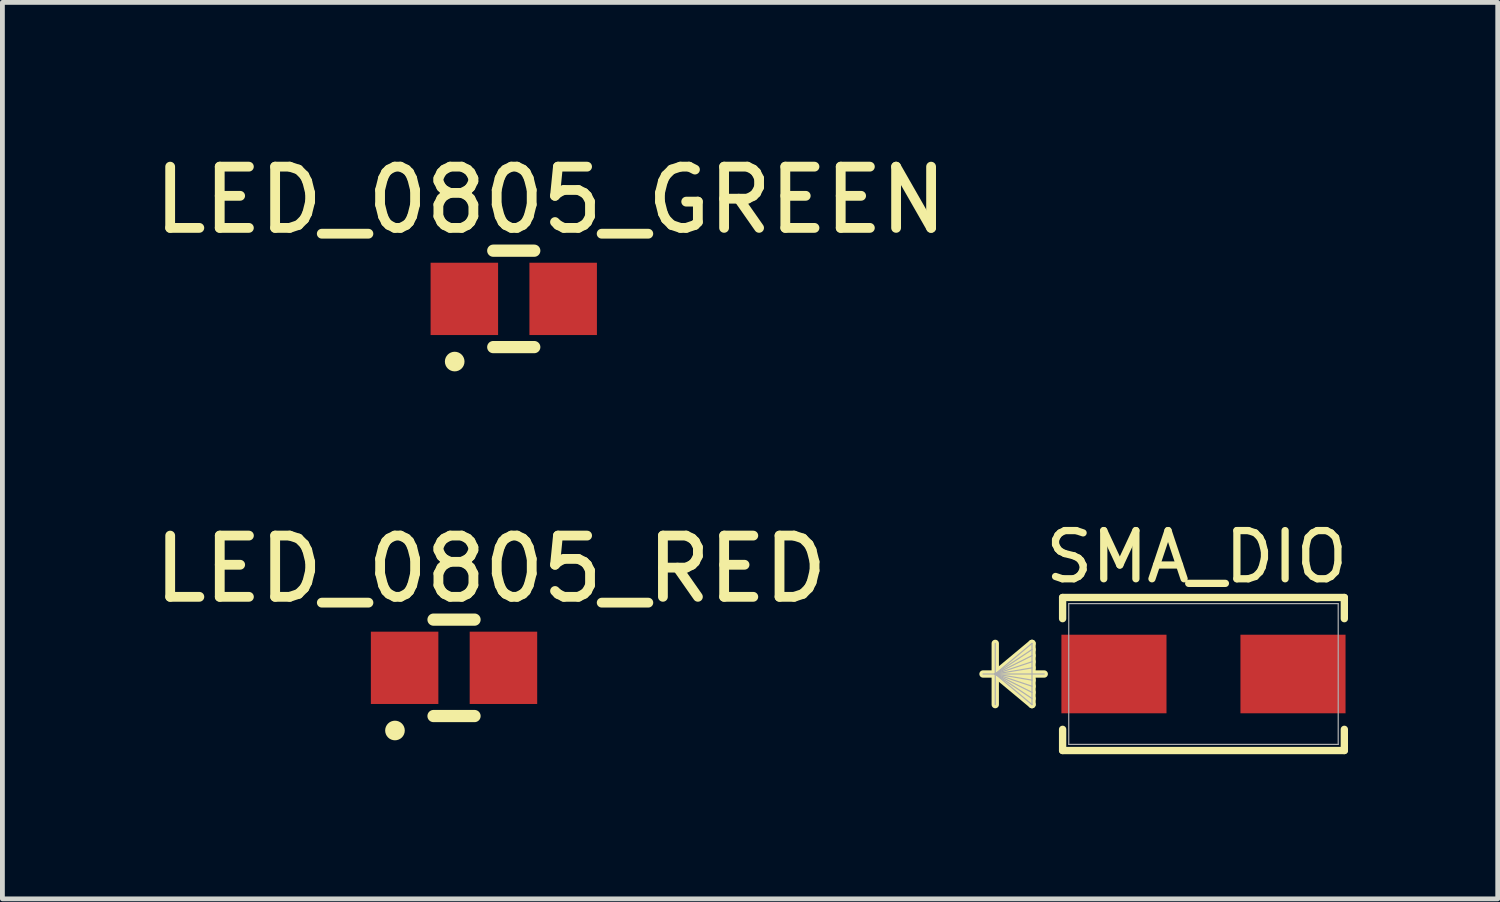
<source format=kicad_pcb>
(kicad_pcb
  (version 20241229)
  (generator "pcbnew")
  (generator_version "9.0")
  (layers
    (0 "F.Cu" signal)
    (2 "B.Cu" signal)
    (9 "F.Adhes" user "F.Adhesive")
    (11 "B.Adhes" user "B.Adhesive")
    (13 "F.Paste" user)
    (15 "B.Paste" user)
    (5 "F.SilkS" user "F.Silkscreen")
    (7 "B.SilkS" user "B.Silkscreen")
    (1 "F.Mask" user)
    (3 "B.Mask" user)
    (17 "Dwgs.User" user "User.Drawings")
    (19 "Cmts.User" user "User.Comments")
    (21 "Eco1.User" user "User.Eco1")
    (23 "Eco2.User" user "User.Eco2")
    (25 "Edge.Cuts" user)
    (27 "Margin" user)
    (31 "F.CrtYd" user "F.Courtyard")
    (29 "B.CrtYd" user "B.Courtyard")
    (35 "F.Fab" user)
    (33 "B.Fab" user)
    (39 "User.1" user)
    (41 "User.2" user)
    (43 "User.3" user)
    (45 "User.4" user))
  (footprint "SMA_DIO"
    (layer "F.Cu")
    (at 21.914 10.931)
    (property "Reference" "SMA_DIO" (at -0.14 -2.43 0) (unlocked yes) (layer "F.SilkS") (effects (font (size 1 1) (thickness 0.15))))
    (attr smd)
    (fp_line (start -4.319 -0.635) (end -4.319 0.635) (stroke (width 0.152) (type solid)) (layer "F.SilkS"))
    (fp_line (start -4.319 0) (end -3.557 -0.635) (stroke (width 0.152) (type solid)) (layer "F.SilkS"))
    (fp_line (start -4.319 0) (end -3.557 -0.508) (stroke (width 0.152) (type solid)) (layer "F.SilkS"))
    (fp_line (start -4.319 0) (end -3.557 -0.381) (stroke (width 0.152) (type solid)) (layer "F.SilkS"))
    (fp_line (start -4.319 0) (end -3.557 -0.254) (stroke (width 0.152) (type solid)) (layer "F.SilkS"))
    (fp_line (start -4.319 0) (end -3.557 -0.127) (stroke (width 0.152) (type solid)) (layer "F.SilkS"))
    (fp_line (start -4.319 0) (end -3.557 0.127) (stroke (width 0.152) (type solid)) (layer "F.SilkS"))
    (fp_line (start -4.319 0) (end -3.557 0.254) (stroke (width 0.152) (type solid)) (layer "F.SilkS"))
    (fp_line (start -4.319 0) (end -3.557 0.381) (stroke (width 0.152) (type solid)) (layer "F.SilkS"))
    (fp_line (start -4.319 0) (end -3.557 0.508) (stroke (width 0.152) (type solid)) (layer "F.SilkS"))
    (fp_line (start -4.319 0) (end -3.557 0.635) (stroke (width 0.152) (type solid)) (layer "F.SilkS"))
    (fp_line (start -3.557 -0.635) (end -3.557 0.635) (stroke (width 0.152) (type solid)) (layer "F.SilkS"))
    (fp_line (start -3.303 0) (end -4.573 0) (stroke (width 0.152) (type solid)) (layer "F.SilkS"))
    (fp_line (start -2.922 -1.587) (end -2.922 -1.148) (stroke (width 0.152) (type solid)) (layer "F.SilkS"))
    (fp_line (start -2.922 1.148) (end -2.922 1.587) (stroke (width 0.152) (type solid)) (layer "F.SilkS"))
    (fp_line (start -2.922 1.587) (end 2.922 1.587) (stroke (width 0.152) (type solid)) (layer "F.SilkS"))
    (fp_line (start 2.922 -1.587) (end -2.922 -1.587) (stroke (width 0.152) (type solid)) (layer "F.SilkS"))
    (fp_line (start 2.922 -1.148) (end 2.922 -1.587) (stroke (width 0.152) (type solid)) (layer "F.SilkS"))
    (fp_line (start 2.922 1.587) (end 2.922 1.148) (stroke (width 0.152) (type solid)) (layer "F.SilkS"))
    (fp_line (start -4.319 -0.635) (end -4.319 0.635) (stroke (width 0.025) (type solid)) (layer "F.Fab"))
    (fp_line (start -4.319 0) (end -3.557 -0.635) (stroke (width 0.025) (type solid)) (layer "F.Fab"))
    (fp_line (start -4.319 0) (end -3.557 -0.508) (stroke (width 0.025) (type solid)) (layer "F.Fab"))
    (fp_line (start -4.319 0) (end -3.557 -0.381) (stroke (width 0.025) (type solid)) (layer "F.Fab"))
    (fp_line (start -4.319 0) (end -3.557 -0.254) (stroke (width 0.025) (type solid)) (layer "F.Fab"))
    (fp_line (start -4.319 0) (end -3.557 -0.127) (stroke (width 0.025) (type solid)) (layer "F.Fab"))
    (fp_line (start -4.319 0) (end -3.557 0.127) (stroke (width 0.025) (type solid)) (layer "F.Fab"))
    (fp_line (start -4.319 0) (end -3.557 0.254) (stroke (width 0.025) (type solid)) (layer "F.Fab"))
    (fp_line (start -4.319 0) (end -3.557 0.381) (stroke (width 0.025) (type solid)) (layer "F.Fab"))
    (fp_line (start -4.319 0) (end -3.557 0.508) (stroke (width 0.025) (type solid)) (layer "F.Fab"))
    (fp_line (start -4.319 0) (end -3.557 0.635) (stroke (width 0.025) (type solid)) (layer "F.Fab"))
    (fp_line (start -3.557 -0.635) (end -3.557 0.635) (stroke (width 0.025) (type solid)) (layer "F.Fab"))
    (fp_line (start -3.303 0) (end -4.573 0) (stroke (width 0.025) (type solid)) (layer "F.Fab"))
    (fp_line (start -2.795 -1.46) (end -2.795 1.46) (stroke (width 0.025) (type solid)) (layer "F.Fab"))
    (fp_line (start -2.795 1.46) (end 2.795 1.46) (stroke (width 0.025) (type solid)) (layer "F.Fab"))
    (fp_line (start 2.795 -1.46) (end -2.795 -1.46) (stroke (width 0.025) (type solid)) (layer "F.Fab"))
    (fp_line (start 2.795 1.46) (end 2.795 -1.46) (stroke (width 0.025) (type solid)) (layer "F.Fab"))
    (pad "1" smd rect (at -1.857 0 90) (size 1.63 2.18) (layers "F.Cu" "F.Mask" "F.Paste"))
    (pad "2" smd rect (at 1.857 0 90) (size 1.63 2.18) (layers "F.Cu" "F.Mask" "F.Paste")))
  (footprint "LED_0805_RED"
    (layer "F.Cu")
    (at 5.343 10.803)
    (property "Reference" "LED_0805_RED" (at 1.79 -2.05 0) (layer "F.SilkS") (effects (font (size 1.27 1.27) (thickness 0.203))))
    (attr through_hole)
    (fp_line (start 0.6 -1) (end 1.45 -1) (stroke (width 0.254) (type solid)) (layer "F.SilkS"))
    (fp_line (start 0.6 1) (end 1.45 1) (stroke (width 0.254) (type solid)) (layer "F.SilkS"))
    (fp_circle (center -0.2 1.3) (end -0.1 1.28) (stroke (width 0.203) (type solid)) (fill no) (layer "F.SilkS"))
    (pad "1" smd rect (at 0 0) (size 1.4 1.5) (layers "F.Cu" "F.Mask" "F.Paste"))
    (pad "2" smd rect (at 2.05 0) (size 1.4 1.5) (layers "F.Cu" "F.Mask" "F.Paste")))
  (footprint "LED_0805_GREEN"
    (layer "F.Cu")
    (at 6.582 3.15)
    (property "Reference" "LED_0805_GREEN" (at 1.79 -2.05 0) (layer "F.SilkS") (effects (font (size 1.27 1.27) (thickness 0.203))))
    (attr through_hole)
    (fp_line (start 0.6 -1) (end 1.45 -1) (stroke (width 0.254) (type solid)) (layer "F.SilkS"))
    (fp_line (start 0.6 1) (end 1.45 1) (stroke (width 0.254) (type solid)) (layer "F.SilkS"))
    (fp_circle (center -0.2 1.3) (end -0.1 1.28) (stroke (width 0.203) (type solid)) (fill no) (layer "F.SilkS"))
    (pad "1" smd rect (at 0 0) (size 1.4 1.5) (layers "F.Cu" "F.Mask" "F.Paste"))
    (pad "2" smd rect (at 2.05 0) (size 1.4 1.5) (layers "F.Cu" "F.Mask" "F.Paste")))
  (gr_rect
    (start -3 -3)
    (end 28.018 15.595)
    (stroke (width 0.1) (type default))
    (fill no)
    (layer "Edge.Cuts")))
</source>
